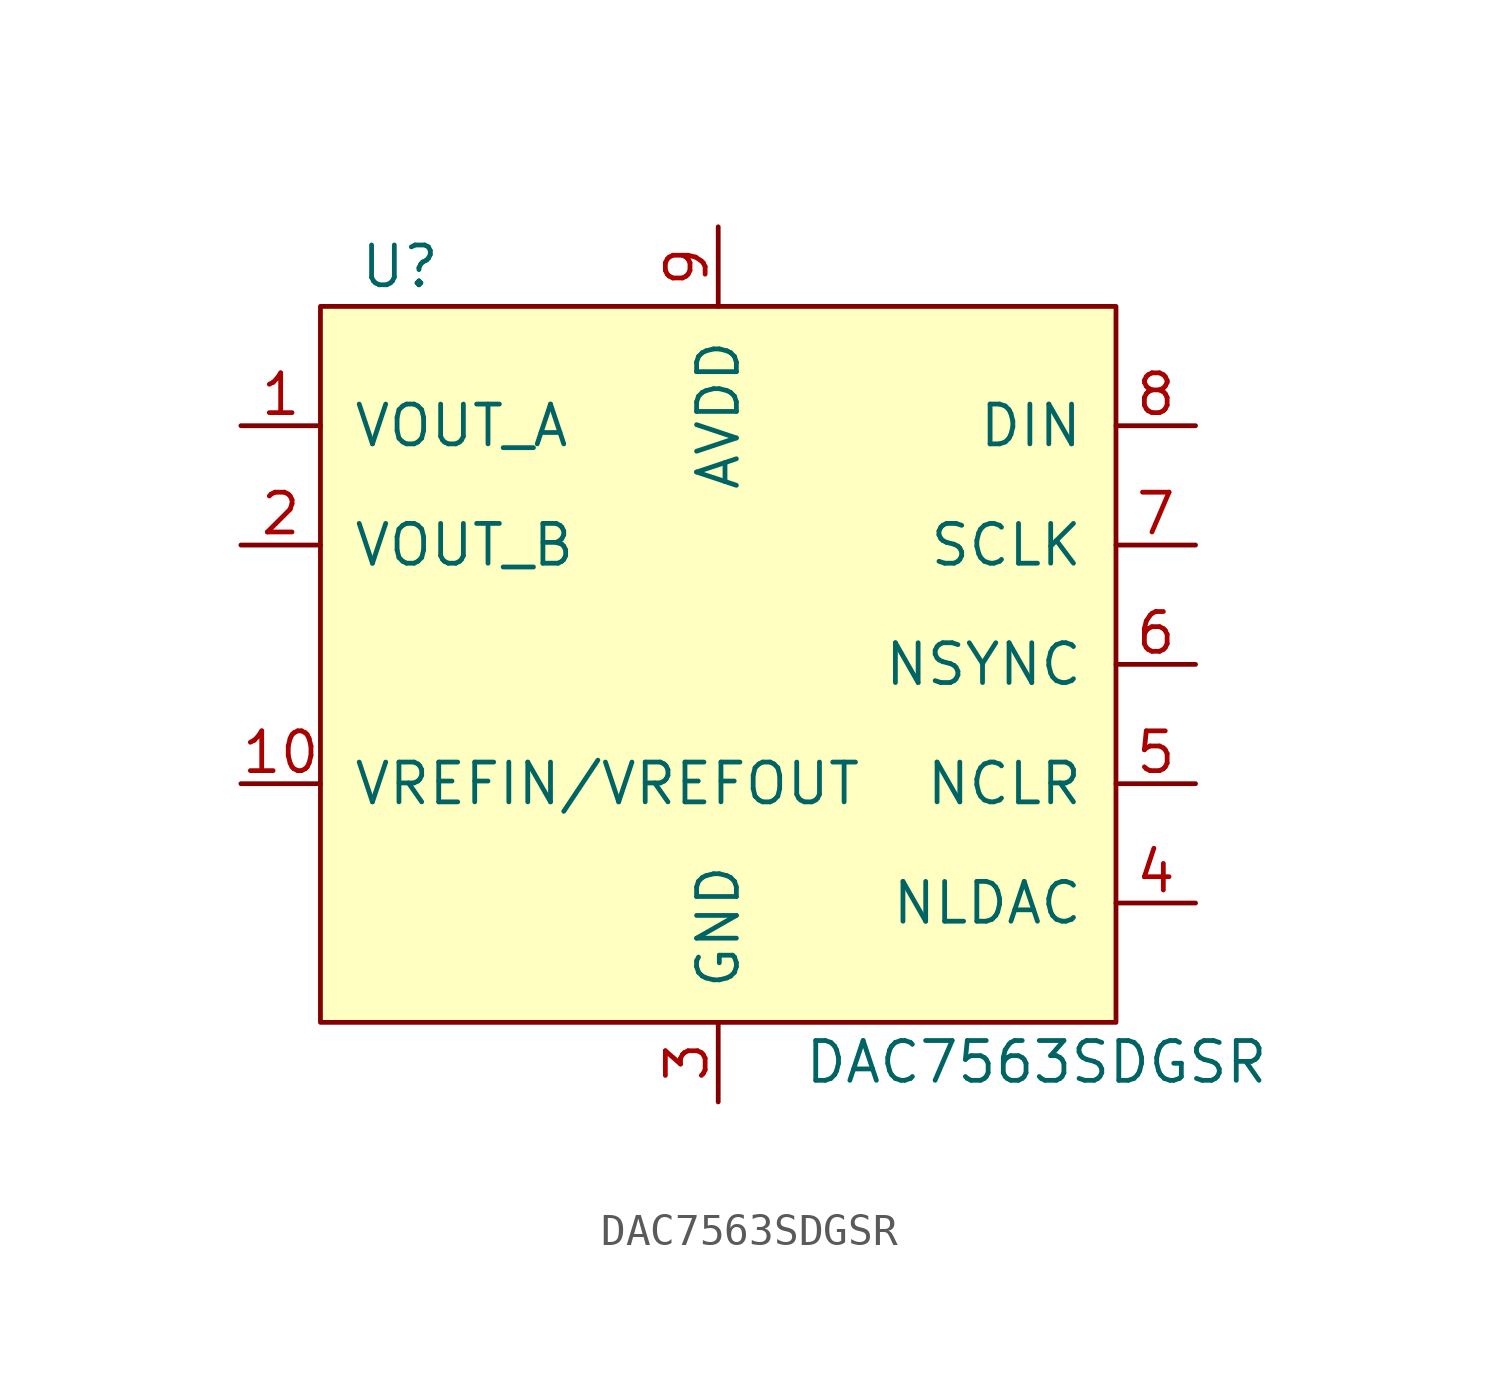
<source format=kicad_sym>
(kicad_symbol_lib
  (version 20231120)
  (generator "kicad_symbol_editor")
  (generator_version "8.0")
  (symbol "DAC7563SDGSR"
    (pin_names
      (offset 1.016))
    (property "Reference" "U"
      (at -10.16 12.7 0)
      (effects (font (size 1.27 1.27))))
    (property "Value" "DAC7563SDGSR"
      (at 10.16 -12.7 0)
      (effects (font (size 1.27 1.27))))
    (symbol "DAC7563SDGSR_0_0"
      (pin output line (at -15.24 7.62 0) (length 2.54) (name "VOUT_A" (effects (font (size 1.27 1.27)))) (number "1" (effects (font (size 1.27 1.27)))))
      (pin bidirectional line (at -15.24 -3.81 0) (length 2.54) (name "VREFIN/VREFOUT" (effects (font (size 1.27 1.27)))) (number "10" (effects (font (size 1.27 1.27)))))
      (pin output line (at -15.24 3.81 0) (length 2.54) (name "VOUT_B" (effects (font (size 1.27 1.27)))) (number "2" (effects (font (size 1.27 1.27)))))
      (pin power_in line (at 0 -13.97 90) (length 2.54) (name "GND" (effects (font (size 1.27 1.27)))) (number "3" (effects (font (size 1.27 1.27)))))
      (pin input line (at 15.24 -7.62 180) (length 2.54) (name "NLDAC" (effects (font (size 1.27 1.27)))) (number "4" (effects (font (size 1.27 1.27)))))
      (pin input line (at 15.24 -3.81 180) (length 2.54) (name "NCLR" (effects (font (size 1.27 1.27)))) (number "5" (effects (font (size 1.27 1.27)))))
      (pin input line (at 15.24 0 180) (length 2.54) (name "NSYNC" (effects (font (size 1.27 1.27)))) (number "6" (effects (font (size 1.27 1.27)))))
      (pin input line (at 15.24 3.81 180) (length 2.54) (name "SCLK" (effects (font (size 1.27 1.27)))) (number "7" (effects (font (size 1.27 1.27)))))
      (pin input line (at 15.24 7.62 180) (length 2.54) (name "DIN" (effects (font (size 1.27 1.27)))) (number "8" (effects (font (size 1.27 1.27)))))
      (pin power_in line (at 0 13.97 270) (length 2.54) (name "AVDD" (effects (font (size 1.27 1.27)))) (number "9" (effects (font (size 1.27 1.27))))))
    (symbol "DAC7563SDGSR_0_1"
      (rectangle (start -12.7 11.43) (end 12.7 -11.43) (stroke (width 0) (type default)) (fill (type background))))))
</source>
